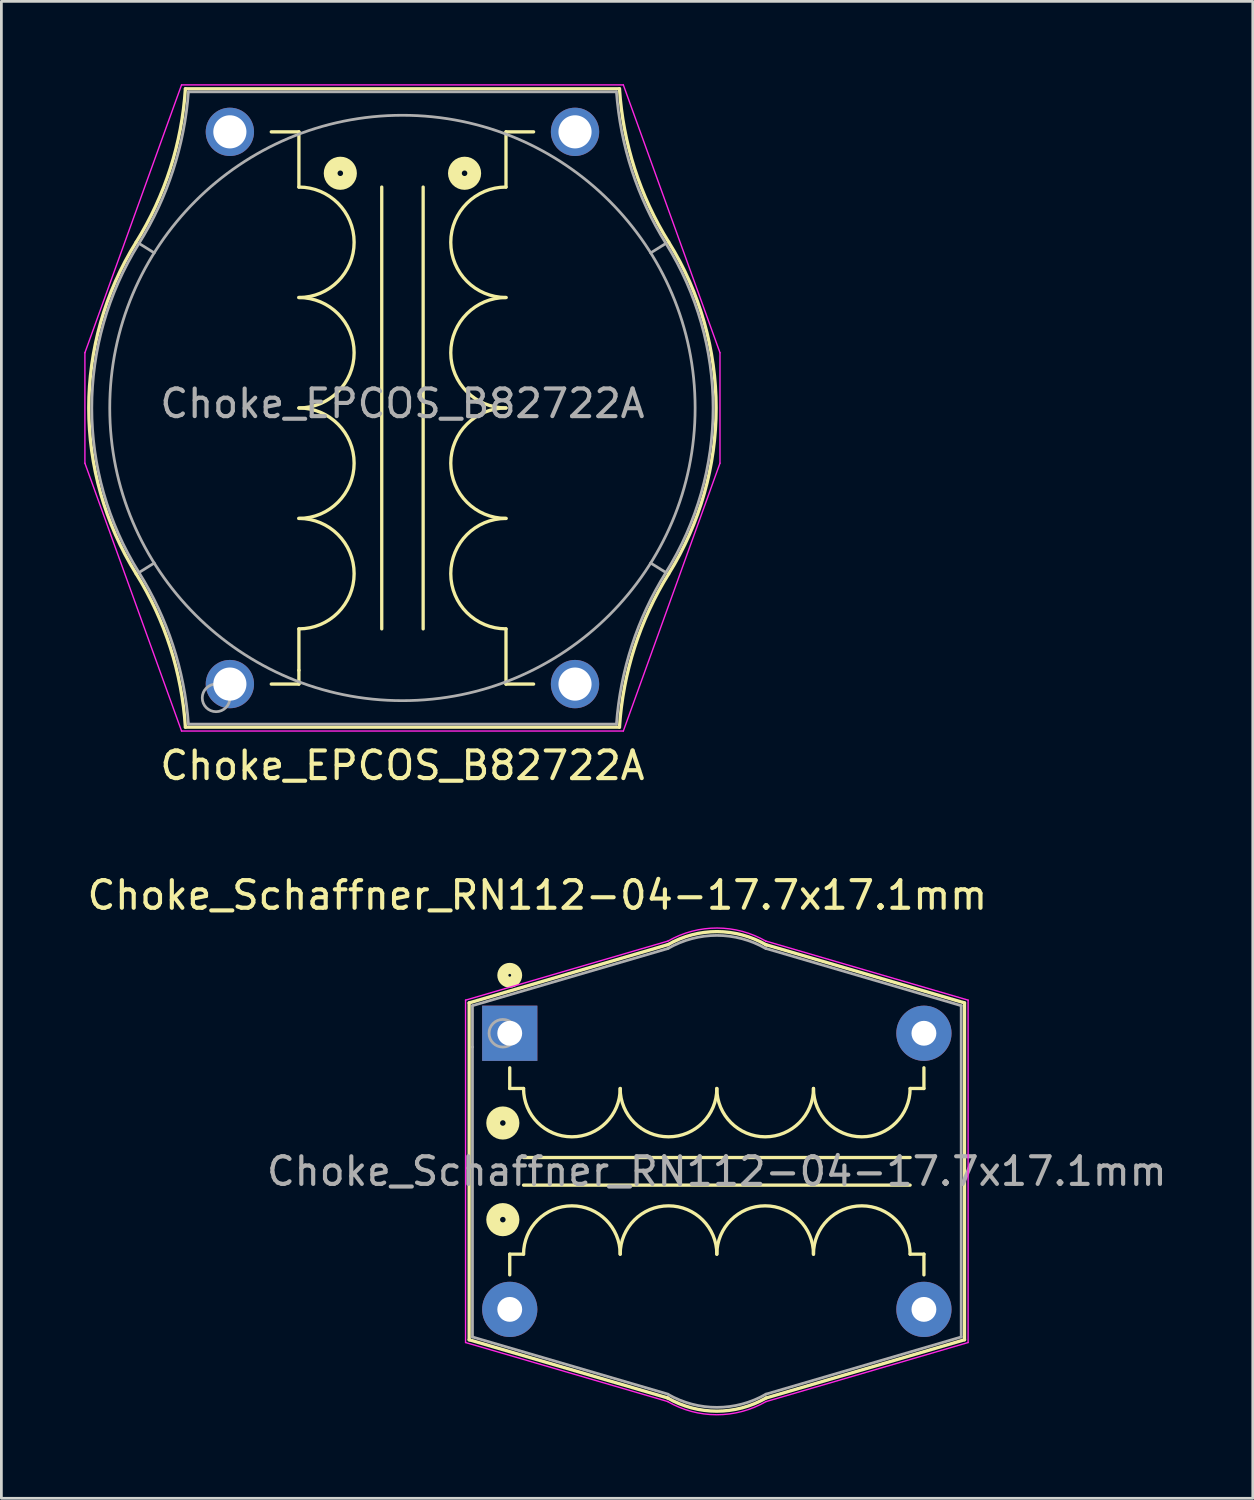
<source format=kicad_pcb>
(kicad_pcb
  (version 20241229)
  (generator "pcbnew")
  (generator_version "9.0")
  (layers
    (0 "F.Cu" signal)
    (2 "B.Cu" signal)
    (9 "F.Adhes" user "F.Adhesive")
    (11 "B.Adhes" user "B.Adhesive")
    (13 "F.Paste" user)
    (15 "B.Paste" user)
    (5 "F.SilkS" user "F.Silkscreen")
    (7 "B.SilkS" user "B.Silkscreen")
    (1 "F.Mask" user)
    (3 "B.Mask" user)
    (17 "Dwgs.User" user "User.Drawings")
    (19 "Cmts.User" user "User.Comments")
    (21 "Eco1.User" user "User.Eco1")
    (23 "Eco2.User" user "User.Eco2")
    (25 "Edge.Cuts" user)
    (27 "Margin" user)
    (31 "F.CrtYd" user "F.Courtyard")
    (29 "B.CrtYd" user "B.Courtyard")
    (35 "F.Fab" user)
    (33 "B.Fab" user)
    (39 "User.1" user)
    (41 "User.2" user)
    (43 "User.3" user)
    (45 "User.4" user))
  (footprint "Choke_EPCOS_B82722A"
    (layer "F.Cu")
    (at 5.275 21.725)
    (property "Reference" "Choke_EPCOS_B82722A" (at 6.25 2.95 180) (layer "F.SilkS") (effects (font (size 1 1) (thickness 0.15))))
    (attr through_hole)
    (fp_line (start -1.61 -21.56) (end 14.11 -21.56) (stroke (width 0.12) (type solid)) (layer "F.SilkS"))
    (fp_line (start -1.61 1.56) (end 14.11 1.56) (stroke (width 0.12) (type solid)) (layer "F.SilkS"))
    (fp_line (start 2.5 -20) (end 1.5 -20) (stroke (width 0.12) (type solid)) (layer "F.SilkS"))
    (fp_line (start 2.5 -18) (end 2.5 -20) (stroke (width 0.12) (type solid)) (layer "F.SilkS"))
    (fp_line (start 2.5 -2) (end 2.5 -0.5) (stroke (width 0.12) (type solid)) (layer "F.SilkS"))
    (fp_line (start 2.5 -0.5) (end 2.5 0) (stroke (width 0.12) (type solid)) (layer "F.SilkS"))
    (fp_line (start 2.5 0) (end 1.5 0) (stroke (width 0.12) (type solid)) (layer "F.SilkS"))
    (fp_line (start 5.5 -2) (end 5.5 -18) (stroke (width 0.12) (type solid)) (layer "F.SilkS"))
    (fp_line (start 7 -18) (end 7 -2) (stroke (width 0.12) (type solid)) (layer "F.SilkS"))
    (fp_line (start 10 -20) (end 11 -20) (stroke (width 0.12) (type solid)) (layer "F.SilkS"))
    (fp_line (start 10 -18) (end 10 -20) (stroke (width 0.12) (type solid)) (layer "F.SilkS"))
    (fp_line (start 10 -2) (end 10 0) (stroke (width 0.12) (type solid)) (layer "F.SilkS"))
    (fp_line (start 10 0) (end 11 0) (stroke (width 0.12) (type solid)) (layer "F.SilkS"))
    (fp_arc (start -3.392046 -3.993291) (mid -5.11 -10) (end -3.392046 -16.006709) (stroke (width 0.12) (type solid)) (layer "F.SilkS"))
    (fp_arc (start -3.392046 -3.993291) (mid -2.156889 -1.327078) (end -1.61 1.56) (stroke (width 0.12) (type solid)) (layer "F.SilkS"))
    (fp_arc (start -1.61 -21.56) (mid -2.156888 -18.672922) (end -3.392046 -16.006709) (stroke (width 0.12) (type solid)) (layer "F.SilkS"))
    (fp_arc (start 2.5 -18) (mid 4.5 -16) (end 2.5 -14) (stroke (width 0.12) (type solid)) (layer "F.SilkS"))
    (fp_arc (start 2.5 -14) (mid 4.5 -12) (end 2.5 -10) (stroke (width 0.12) (type solid)) (layer "F.SilkS"))
    (fp_arc (start 2.5 -10) (mid 4.5 -8) (end 2.5 -6) (stroke (width 0.12) (type solid)) (layer "F.SilkS"))
    (fp_arc (start 2.5 -6) (mid 4.5 -4) (end 2.5 -2) (stroke (width 0.12) (type solid)) (layer "F.SilkS"))
    (fp_arc (start 10 -14) (mid 8 -16) (end 10 -18) (stroke (width 0.12) (type solid)) (layer "F.SilkS"))
    (fp_arc (start 10 -10) (mid 8 -12) (end 10 -14) (stroke (width 0.12) (type solid)) (layer "F.SilkS"))
    (fp_arc (start 10 -6) (mid 8 -8) (end 10 -10) (stroke (width 0.12) (type solid)) (layer "F.SilkS"))
    (fp_arc (start 10 -2) (mid 8 -4) (end 10 -6) (stroke (width 0.12) (type solid)) (layer "F.SilkS"))
    (fp_arc (start 14.109999 1.56) (mid 14.656887 -1.327078) (end 15.892045 -3.993291) (stroke (width 0.12) (type solid)) (layer "F.SilkS"))
    (fp_arc (start 15.892045 -16.006709) (mid 17.609999 -10) (end 15.892045 -3.993291) (stroke (width 0.12) (type solid)) (layer "F.SilkS"))
    (fp_arc (start 15.892046 -16.00671) (mid 14.656889 -18.672923) (end 14.11 -21.56) (stroke (width 0.12) (type solid)) (layer "F.SilkS"))
    (fp_circle (center 4 -18.5) (end 4.1 -18.5) (stroke (width 0.5) (type solid)) (fill no) (layer "F.SilkS"))
    (fp_circle (center 8.5 -18.5) (end 8.6 -18.5) (stroke (width 0.5) (type solid)) (fill no) (layer "F.SilkS"))
    (fp_line (start -5.25 -12) (end -5.25 -8) (stroke (width 0.05) (type solid)) (layer "F.CrtYd"))
    (fp_line (start -5.25 -8) (end -1.75 1.7) (stroke (width 0.05) (type solid)) (layer "F.CrtYd"))
    (fp_line (start -1.75 -21.7) (end -5.25 -12) (stroke (width 0.05) (type solid)) (layer "F.CrtYd"))
    (fp_line (start -1.75 -21.7) (end 14.25 -21.7) (stroke (width 0.05) (type solid)) (layer "F.CrtYd"))
    (fp_line (start -1.75 1.7) (end 14.25 1.7) (stroke (width 0.05) (type solid)) (layer "F.CrtYd"))
    (fp_line (start 14.25 -21.7) (end 17.75 -12) (stroke (width 0.05) (type solid)) (layer "F.CrtYd"))
    (fp_line (start 17.75 -12) (end 17.75 -8) (stroke (width 0.05) (type solid)) (layer "F.CrtYd"))
    (fp_line (start 17.75 -8) (end 14.25 1.7) (stroke (width 0.05) (type solid)) (layer "F.CrtYd"))
    (fp_line (start -3.291 -4.04) (end -2.74 -4.384) (stroke (width 0.1) (type solid)) (layer "F.Fab"))
    (fp_line (start -2.74 -15.616) (end -3.291 -15.96) (stroke (width 0.1) (type solid)) (layer "F.Fab"))
    (fp_line (start -1.5 -21.45) (end 14 -21.45) (stroke (width 0.1) (type solid)) (layer "F.Fab"))
    (fp_line (start -1.5 1.45) (end 14 1.45) (stroke (width 0.1) (type solid)) (layer "F.Fab"))
    (fp_line (start 15.791 -15.96) (end 15.24 -15.616) (stroke (width 0.1) (type solid)) (layer "F.Fab"))
    (fp_line (start 15.791 -4.04) (end 15.24 -4.384) (stroke (width 0.1) (type solid)) (layer "F.Fab"))
    (fp_arc (start -3.29123 -4.039511) (mid -5 -10.000001) (end -3.291229 -15.96049) (stroke (width 0.1) (type solid)) (layer "F.Fab"))
    (fp_arc (start -3.291229 -4.03951) (mid -2.060501 -1.404103) (end -1.5 1.45) (stroke (width 0.1) (type solid)) (layer "F.Fab"))
    (fp_arc (start -1.499999 -21.45) (mid -2.0605 -18.595897) (end -3.291229 -15.96049) (stroke (width 0.1) (type solid)) (layer "F.Fab"))
    (fp_arc (start 14 1.449999) (mid 14.560501 -1.404104) (end 15.79123 -4.039511) (stroke (width 0.1) (type solid)) (layer "F.Fab"))
    (fp_arc (start 15.239959 -15.616106) (mid -2.739959 -4.383894) (end 15.239959 -15.616106) (stroke (width 0.1) (type solid)) (layer "F.Fab"))
    (fp_arc (start 15.791229 -15.960491) (mid 17.5 -10.000001) (end 15.79123 -4.039511) (stroke (width 0.1) (type solid)) (layer "F.Fab"))
    (fp_arc (start 15.79123 -15.96049) (mid 14.560501 -18.595897) (end 14 -21.45) (stroke (width 0.1) (type solid)) (layer "F.Fab"))
    (fp_circle (center -0.5 0.5) (end 0.000001 0.5) (stroke (width 0.1) (type solid)) (fill no) (layer "F.Fab"))
    (fp_text user "${REFERENCE}" (at 6.25 -10.16 0) (layer "F.Fab") (effects (font (size 1 1) (thickness 0.15))))
    (pad "1" thru_hole circle (at 0 0) (size 1.75 1.75) (drill 1.2) (layers "*.Cu" "*.Mask"))
    (pad "2" thru_hole circle (at 0 -20) (size 1.75 1.75) (drill 1.2) (layers "*.Cu" "*.Mask"))
    (pad "3" thru_hole circle (at 12.5 0) (size 1.75 1.75) (drill 1.2) (layers "*.Cu" "*.Mask"))
    (pad "4" thru_hole circle (at 12.5 -20) (size 1.75 1.75) (drill 1.2) (layers "*.Cu" "*.Mask")))
  (footprint "Choke_Schaffner_RN112-04-17.7x17.1mm"
    (layer "F.Cu")
    (at 15.411 34.371)
    (property "Reference" "Choke_Schaffner_RN112-04-17.7x17.1mm" (at 1 -5 0) (layer "F.SilkS") (effects (font (size 1 1) (thickness 0.15))))
    (attr through_hole)
    (fp_line (start -1.47 -1.1) (end 5.73 -3.21) (stroke (width 0.12) (type solid)) (layer "F.SilkS"))
    (fp_line (start -1.47 11.1) (end -1.47 -1.1) (stroke (width 0.12) (type solid)) (layer "F.SilkS"))
    (fp_line (start 0 2) (end 0 1.25) (stroke (width 0.12) (type solid)) (layer "F.SilkS"))
    (fp_line (start 0 8) (end 0 8.75) (stroke (width 0.12) (type solid)) (layer "F.SilkS"))
    (fp_line (start 0.5 2) (end 0 2) (stroke (width 0.12) (type solid)) (layer "F.SilkS"))
    (fp_line (start 0.5 5.5) (end 14.5 5.5) (stroke (width 0.12) (type solid)) (layer "F.SilkS"))
    (fp_line (start 0.5 8) (end 0 8) (stroke (width 0.12) (type solid)) (layer "F.SilkS"))
    (fp_line (start 5.73 13.21) (end -1.47 11.1) (stroke (width 0.12) (type solid)) (layer "F.SilkS"))
    (fp_line (start 9.27 -3.21) (end 16.47 -1.1) (stroke (width 0.12) (type solid)) (layer "F.SilkS"))
    (fp_line (start 14.5 2) (end 15 2) (stroke (width 0.12) (type solid)) (layer "F.SilkS"))
    (fp_line (start 14.5 4.5) (end 0.5 4.5) (stroke (width 0.12) (type solid)) (layer "F.SilkS"))
    (fp_line (start 14.5 8) (end 15 8) (stroke (width 0.12) (type solid)) (layer "F.SilkS"))
    (fp_line (start 15 2) (end 15 1.25) (stroke (width 0.12) (type solid)) (layer "F.SilkS"))
    (fp_line (start 15 8) (end 15 8.75) (stroke (width 0.12) (type solid)) (layer "F.SilkS"))
    (fp_line (start 16.47 -1.1) (end 16.47 11.1) (stroke (width 0.12) (type solid)) (layer "F.SilkS"))
    (fp_line (start 16.47 11.1) (end 9.28 13.21) (stroke (width 0.12) (type solid)) (layer "F.SilkS"))
    (fp_arc (start 0.5 8) (mid 2.25 6.25) (end 4 8) (stroke (width 0.12) (type solid)) (layer "F.SilkS"))
    (fp_arc (start 4 2) (mid 2.25 3.75) (end 0.5 2) (stroke (width 0.12) (type solid)) (layer "F.SilkS"))
    (fp_arc (start 4 8) (mid 5.75 6.25) (end 7.5 8) (stroke (width 0.12) (type solid)) (layer "F.SilkS"))
    (fp_arc (start 5.73 -3.21) (mid 7.512135 -3.681018) (end 9.291018 -3.197865) (stroke (width 0.12) (type solid)) (layer "F.SilkS"))
    (fp_arc (start 7.5 2) (mid 5.75 3.75) (end 4 2) (stroke (width 0.12) (type solid)) (layer "F.SilkS"))
    (fp_arc (start 7.5 8) (mid 9.25 6.25) (end 11 8) (stroke (width 0.12) (type solid)) (layer "F.SilkS"))
    (fp_arc (start 9.28 13.21) (mid 7.496525 13.686018) (end 5.713982 13.206525) (stroke (width 0.12) (type solid)) (layer "F.SilkS"))
    (fp_arc (start 11 2) (mid 9.25 3.75) (end 7.5 2) (stroke (width 0.12) (type solid)) (layer "F.SilkS"))
    (fp_arc (start 11 8) (mid 12.75 6.25) (end 14.5 8) (stroke (width 0.12) (type solid)) (layer "F.SilkS"))
    (fp_arc (start 14.5 2) (mid 12.75 3.75) (end 11 2) (stroke (width 0.12) (type solid)) (layer "F.SilkS"))
    (fp_circle (center -0.25 3.25) (end -0.15 3.25) (stroke (width 0.5) (type solid)) (fill no) (layer "F.SilkS"))
    (fp_circle (center -0.25 6.75) (end -0.15 6.75) (stroke (width 0.5) (type solid)) (fill no) (layer "F.SilkS"))
    (fp_circle (center 0 -2.1) (end 0.05 -2.1) (stroke (width 0.4) (type solid)) (fill no) (layer "F.SilkS"))
    (fp_line (start -1.6 -1.2) (end 5.73 -3.34) (stroke (width 0.05) (type solid)) (layer "F.CrtYd"))
    (fp_line (start -1.6 11.2) (end -1.6 -1.2) (stroke (width 0.05) (type solid)) (layer "F.CrtYd"))
    (fp_line (start 5.73 13.34) (end -1.6 11.2) (stroke (width 0.05) (type solid)) (layer "F.CrtYd"))
    (fp_line (start 9.27 -3.34) (end 16.6 -1.2) (stroke (width 0.05) (type solid)) (layer "F.CrtYd"))
    (fp_line (start 16.6 -1.2) (end 16.6 11.2) (stroke (width 0.05) (type solid)) (layer "F.CrtYd"))
    (fp_line (start 16.6 11.2) (end 9.28 13.34) (stroke (width 0.05) (type solid)) (layer "F.CrtYd"))
    (fp_arc (start 5.73 -3.34) (mid 7.512135 -3.811018) (end 9.291018 -3.327865) (stroke (width 0.05) (type solid)) (layer "F.CrtYd"))
    (fp_arc (start 9.28 13.34) (mid 7.496525 13.816018) (end 5.713982 13.336525) (stroke (width 0.05) (type solid)) (layer "F.CrtYd"))
    (fp_line (start -1.35 -1) (end 5.73 -3.07) (stroke (width 0.1) (type solid)) (layer "F.Fab"))
    (fp_line (start -1.35 0.5) (end -1.35 -1) (stroke (width 0.1) (type solid)) (layer "F.Fab"))
    (fp_line (start -1.35 11) (end -1.35 0.5) (stroke (width 0.1) (type solid)) (layer "F.Fab"))
    (fp_line (start 5.73 13.07) (end -1.35 11) (stroke (width 0.1) (type solid)) (layer "F.Fab"))
    (fp_line (start 9.28 -3.07) (end 16.35 -1) (stroke (width 0.1) (type solid)) (layer "F.Fab"))
    (fp_line (start 16.35 -1) (end 16.35 11) (stroke (width 0.1) (type solid)) (layer "F.Fab"))
    (fp_line (start 16.35 11) (end 9.28 13.07) (stroke (width 0.1) (type solid)) (layer "F.Fab"))
    (fp_arc (start 5.73 -3.07) (mid 7.502135 -3.543698) (end 9.273698 -3.067865) (stroke (width 0.1) (type solid)) (layer "F.Fab"))
    (fp_arc (start 9.28 13.07) (mid 7.506525 13.548698) (end 5.731302 13.076525) (stroke (width 0.1) (type solid)) (layer "F.Fab"))
    (fp_circle (center -0.25 0) (end 0.25 0) (stroke (width 0.1) (type solid)) (fill no) (layer "F.Fab"))
    (fp_text user "${REFERENCE}" (at 7.5 5 0) (layer "F.Fab") (effects (font (size 1 1) (thickness 0.15))))
    (pad "1" thru_hole rect (at 0 0) (size 2 2) (drill 0.9) (layers "*.Cu" "*.Mask"))
    (pad "2" thru_hole circle (at 15 0) (size 2 2) (drill 0.9) (layers "*.Cu" "*.Mask"))
    (pad "3" thru_hole circle (at 0 10) (size 2 2) (drill 0.9) (layers "*.Cu" "*.Mask"))
    (pad "4" thru_hole circle (at 15 10) (size 2 2) (drill 0.9) (layers "*.Cu" "*.Mask")))
  (gr_rect
    (start -3 -3)
    (end 42.321 51.213)
    (stroke (width 0.1) (type default))
    (fill no)
    (layer "Edge.Cuts")))
</source>
